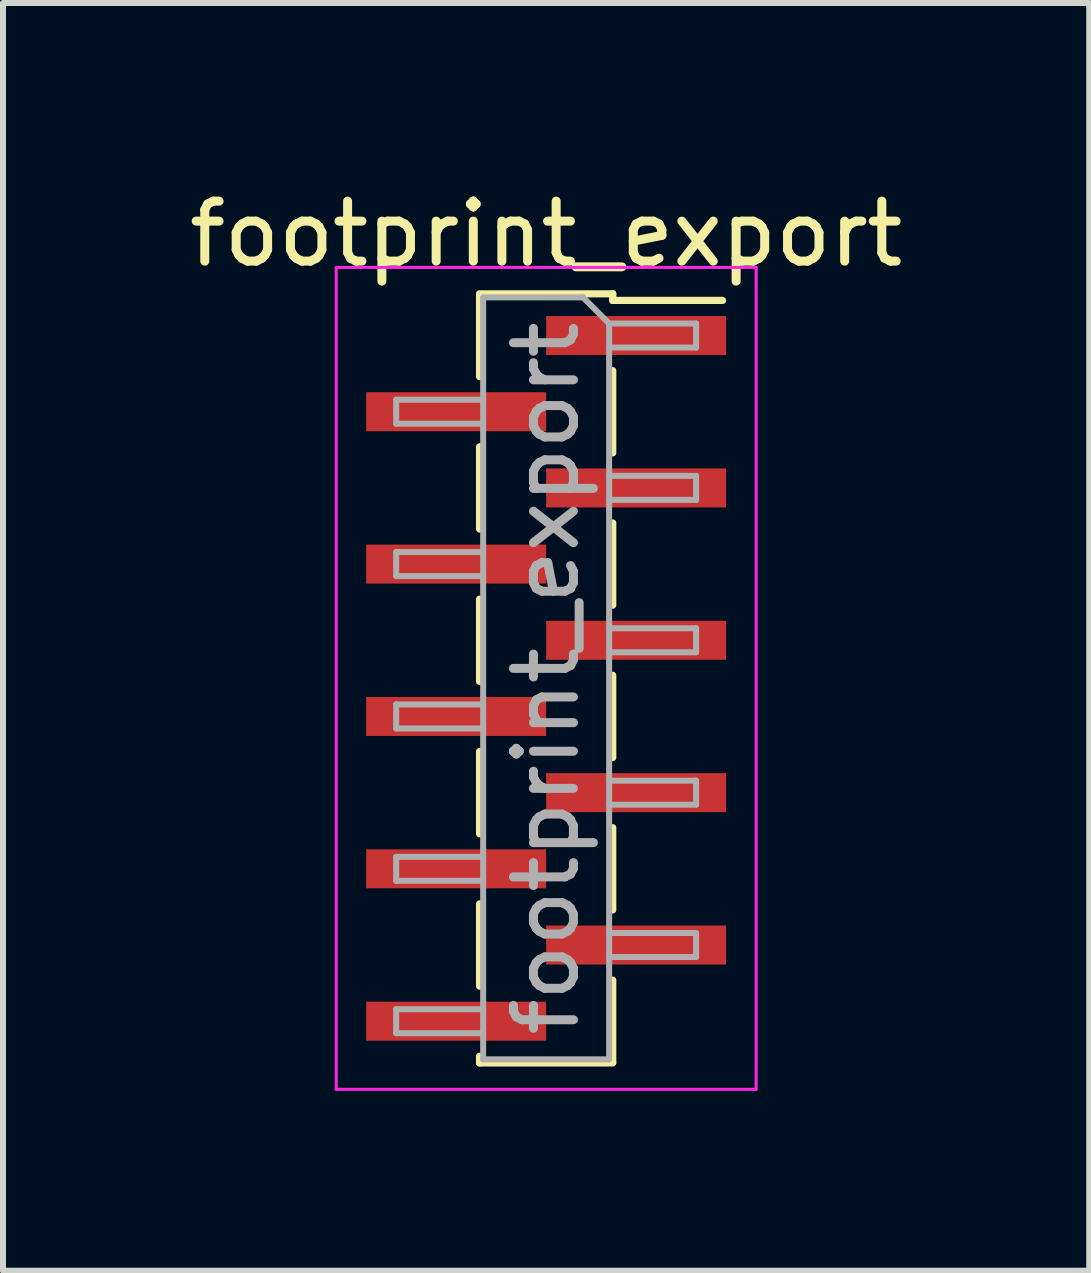
<source format=kicad_pcb>
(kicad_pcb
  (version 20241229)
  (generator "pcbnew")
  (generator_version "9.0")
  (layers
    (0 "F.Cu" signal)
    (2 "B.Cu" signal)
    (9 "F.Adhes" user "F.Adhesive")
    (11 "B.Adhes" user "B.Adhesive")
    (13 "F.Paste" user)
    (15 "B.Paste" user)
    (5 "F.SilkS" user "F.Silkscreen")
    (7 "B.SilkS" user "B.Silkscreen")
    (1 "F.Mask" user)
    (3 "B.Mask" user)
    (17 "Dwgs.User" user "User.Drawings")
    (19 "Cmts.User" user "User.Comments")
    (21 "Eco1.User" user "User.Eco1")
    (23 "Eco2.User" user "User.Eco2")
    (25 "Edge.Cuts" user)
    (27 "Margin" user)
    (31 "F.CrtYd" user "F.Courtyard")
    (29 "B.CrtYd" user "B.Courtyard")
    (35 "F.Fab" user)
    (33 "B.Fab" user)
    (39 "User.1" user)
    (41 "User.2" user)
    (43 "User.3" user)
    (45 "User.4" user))
  (footprint "footprint_export"
    (layer "F.Cu")
    (at 6.054 8.258)
    (property "Reference" "footprint_export" (at 0 -7.41 0) (layer "F.SilkS") (effects (font (size 1 1) (thickness 0.15))))
    (attr smd)
    (fp_line (start -1.11 -6.41) (end 1.11 -6.41) (stroke (width 0.12) (type solid)) (layer "F.SilkS"))
    (fp_line (start -1.11 -6.4) (end -1.11 -5.03) (stroke (width 0.12) (type solid)) (layer "F.SilkS"))
    (fp_line (start -1.11 -3.86) (end -1.11 -2.49) (stroke (width 0.12) (type solid)) (layer "F.SilkS"))
    (fp_line (start -1.11 -1.32) (end -1.11 0.05) (stroke (width 0.12) (type solid)) (layer "F.SilkS"))
    (fp_line (start -1.11 1.22) (end -1.11 2.59) (stroke (width 0.12) (type solid)) (layer "F.SilkS"))
    (fp_line (start -1.11 3.76) (end -1.11 5.13) (stroke (width 0.12) (type solid)) (layer "F.SilkS"))
    (fp_line (start -1.11 6.3) (end -1.11 6.41) (stroke (width 0.12) (type solid)) (layer "F.SilkS"))
    (fp_line (start -1.11 6.41) (end 1.11 6.41) (stroke (width 0.12) (type solid)) (layer "F.SilkS"))
    (fp_line (start 1.11 -6.41) (end 1.11 -6.3) (stroke (width 0.12) (type solid)) (layer "F.SilkS"))
    (fp_line (start 1.11 -6.3) (end 2.94 -6.3) (stroke (width 0.12) (type solid)) (layer "F.SilkS"))
    (fp_line (start 1.11 -5.13) (end 1.11 -3.76) (stroke (width 0.12) (type solid)) (layer "F.SilkS"))
    (fp_line (start 1.11 -2.59) (end 1.11 -1.22) (stroke (width 0.12) (type solid)) (layer "F.SilkS"))
    (fp_line (start 1.11 -0.05) (end 1.11 1.32) (stroke (width 0.12) (type solid)) (layer "F.SilkS"))
    (fp_line (start 1.11 2.49) (end 1.11 3.86) (stroke (width 0.12) (type solid)) (layer "F.SilkS"))
    (fp_line (start 1.11 5.03) (end 1.11 6.4) (stroke (width 0.12) (type solid)) (layer "F.SilkS"))
    (fp_line (start -3.5 -6.85) (end -3.5 6.85) (stroke (width 0.05) (type solid)) (layer "F.CrtYd"))
    (fp_line (start -3.5 6.85) (end 3.5 6.85) (stroke (width 0.05) (type solid)) (layer "F.CrtYd"))
    (fp_line (start 3.5 -6.85) (end -3.5 -6.85) (stroke (width 0.05) (type solid)) (layer "F.CrtYd"))
    (fp_line (start 3.5 6.85) (end 3.5 -6.85) (stroke (width 0.05) (type solid)) (layer "F.CrtYd"))
    (fp_line (start -2.5 -4.645) (end -2.5 -4.245) (stroke (width 0.1) (type solid)) (layer "F.Fab"))
    (fp_line (start -2.5 -4.245) (end -1.05 -4.245) (stroke (width 0.1) (type solid)) (layer "F.Fab"))
    (fp_line (start -2.5 -2.105) (end -2.5 -1.705) (stroke (width 0.1) (type solid)) (layer "F.Fab"))
    (fp_line (start -2.5 -1.705) (end -1.05 -1.705) (stroke (width 0.1) (type solid)) (layer "F.Fab"))
    (fp_line (start -2.5 0.435) (end -2.5 0.835) (stroke (width 0.1) (type solid)) (layer "F.Fab"))
    (fp_line (start -2.5 0.835) (end -1.05 0.835) (stroke (width 0.1) (type solid)) (layer "F.Fab"))
    (fp_line (start -2.5 2.975) (end -2.5 3.375) (stroke (width 0.1) (type solid)) (layer "F.Fab"))
    (fp_line (start -2.5 3.375) (end -1.05 3.375) (stroke (width 0.1) (type solid)) (layer "F.Fab"))
    (fp_line (start -2.5 5.515) (end -2.5 5.915) (stroke (width 0.1) (type solid)) (layer "F.Fab"))
    (fp_line (start -2.5 5.915) (end -1.05 5.915) (stroke (width 0.1) (type solid)) (layer "F.Fab"))
    (fp_line (start -1.05 -6.35) (end -1.05 6.35) (stroke (width 0.1) (type solid)) (layer "F.Fab"))
    (fp_line (start -1.05 -6.35) (end 0.615 -6.35) (stroke (width 0.1) (type solid)) (layer "F.Fab"))
    (fp_line (start -1.05 -4.645) (end -2.5 -4.645) (stroke (width 0.1) (type solid)) (layer "F.Fab"))
    (fp_line (start -1.05 -2.105) (end -2.5 -2.105) (stroke (width 0.1) (type solid)) (layer "F.Fab"))
    (fp_line (start -1.05 0.435) (end -2.5 0.435) (stroke (width 0.1) (type solid)) (layer "F.Fab"))
    (fp_line (start -1.05 2.975) (end -2.5 2.975) (stroke (width 0.1) (type solid)) (layer "F.Fab"))
    (fp_line (start -1.05 5.515) (end -2.5 5.515) (stroke (width 0.1) (type solid)) (layer "F.Fab"))
    (fp_line (start 1.05 -5.915) (end 0.615 -6.35) (stroke (width 0.1) (type solid)) (layer "F.Fab"))
    (fp_line (start 1.05 -5.915) (end 2.5 -5.915) (stroke (width 0.1) (type solid)) (layer "F.Fab"))
    (fp_line (start 1.05 -3.375) (end 2.5 -3.375) (stroke (width 0.1) (type solid)) (layer "F.Fab"))
    (fp_line (start 1.05 -0.835) (end 2.5 -0.835) (stroke (width 0.1) (type solid)) (layer "F.Fab"))
    (fp_line (start 1.05 1.705) (end 2.5 1.705) (stroke (width 0.1) (type solid)) (layer "F.Fab"))
    (fp_line (start 1.05 4.245) (end 2.5 4.245) (stroke (width 0.1) (type solid)) (layer "F.Fab"))
    (fp_line (start 1.05 6.35) (end -1.05 6.35) (stroke (width 0.1) (type solid)) (layer "F.Fab"))
    (fp_line (start 1.05 6.35) (end 1.05 -5.915) (stroke (width 0.1) (type solid)) (layer "F.Fab"))
    (fp_line (start 2.5 -5.915) (end 2.5 -5.515) (stroke (width 0.1) (type solid)) (layer "F.Fab"))
    (fp_line (start 2.5 -5.515) (end 1.05 -5.515) (stroke (width 0.1) (type solid)) (layer "F.Fab"))
    (fp_line (start 2.5 -3.375) (end 2.5 -2.975) (stroke (width 0.1) (type solid)) (layer "F.Fab"))
    (fp_line (start 2.5 -2.975) (end 1.05 -2.975) (stroke (width 0.1) (type solid)) (layer "F.Fab"))
    (fp_line (start 2.5 -0.835) (end 2.5 -0.435) (stroke (width 0.1) (type solid)) (layer "F.Fab"))
    (fp_line (start 2.5 -0.435) (end 1.05 -0.435) (stroke (width 0.1) (type solid)) (layer "F.Fab"))
    (fp_line (start 2.5 1.705) (end 2.5 2.105) (stroke (width 0.1) (type solid)) (layer "F.Fab"))
    (fp_line (start 2.5 2.105) (end 1.05 2.105) (stroke (width 0.1) (type solid)) (layer "F.Fab"))
    (fp_line (start 2.5 4.245) (end 2.5 4.645) (stroke (width 0.1) (type solid)) (layer "F.Fab"))
    (fp_line (start 2.5 4.645) (end 1.05 4.645) (stroke (width 0.1) (type solid)) (layer "F.Fab"))
    (fp_text user "${REFERENCE}" (at 0 0 90) (layer "F.Fab") (effects (font (size 1 1) (thickness 0.15))))
    (pad "1" smd rect (at 1.5 -5.715) (size 3 0.65) (layers "F.Cu" "F.Mask" "F.Paste"))
    (pad "2" smd rect (at -1.5 -4.445) (size 3 0.65) (layers "F.Cu" "F.Mask" "F.Paste"))
    (pad "3" smd rect (at 1.5 -3.175) (size 3 0.65) (layers "F.Cu" "F.Mask" "F.Paste"))
    (pad "4" smd rect (at -1.5 -1.905) (size 3 0.65) (layers "F.Cu" "F.Mask" "F.Paste"))
    (pad "5" smd rect (at 1.5 -0.635) (size 3 0.65) (layers "F.Cu" "F.Mask" "F.Paste"))
    (pad "6" smd rect (at -1.5 0.635) (size 3 0.65) (layers "F.Cu" "F.Mask" "F.Paste"))
    (pad "7" smd rect (at 1.5 1.905) (size 3 0.65) (layers "F.Cu" "F.Mask" "F.Paste"))
    (pad "8" smd rect (at -1.5 3.175) (size 3 0.65) (layers "F.Cu" "F.Mask" "F.Paste"))
    (pad "9" smd rect (at 1.5 4.445) (size 3 0.65) (layers "F.Cu" "F.Mask" "F.Paste"))
    (pad "10" smd rect (at -1.5 5.715) (size 3 0.65) (layers "F.Cu" "F.Mask" "F.Paste")))
  (gr_rect
    (start -3 -3)
    (end 15.107 18.133)
    (stroke (width 0.1) (type default))
    (fill no)
    (layer "Edge.Cuts")))
</source>
